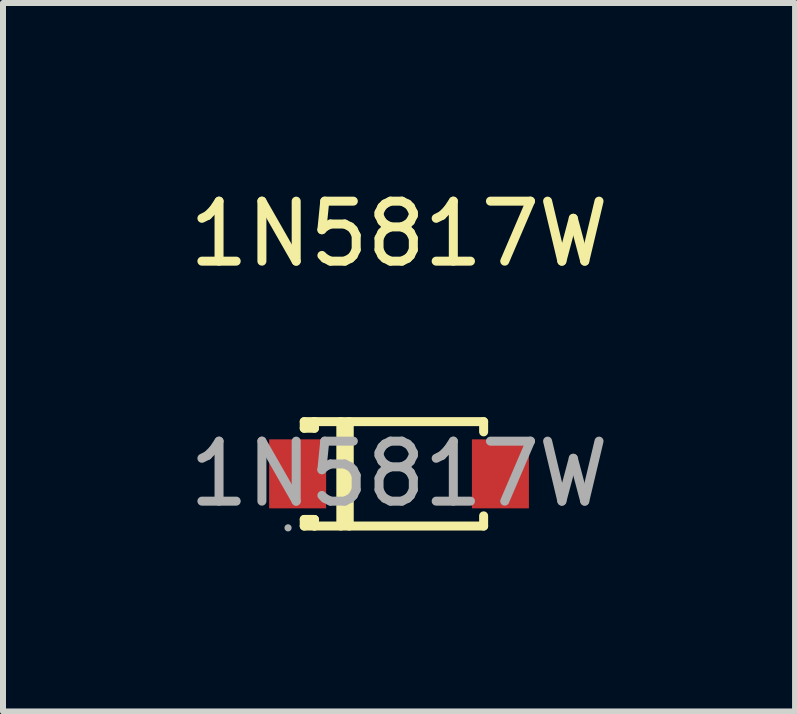
<source format=kicad_pcb>
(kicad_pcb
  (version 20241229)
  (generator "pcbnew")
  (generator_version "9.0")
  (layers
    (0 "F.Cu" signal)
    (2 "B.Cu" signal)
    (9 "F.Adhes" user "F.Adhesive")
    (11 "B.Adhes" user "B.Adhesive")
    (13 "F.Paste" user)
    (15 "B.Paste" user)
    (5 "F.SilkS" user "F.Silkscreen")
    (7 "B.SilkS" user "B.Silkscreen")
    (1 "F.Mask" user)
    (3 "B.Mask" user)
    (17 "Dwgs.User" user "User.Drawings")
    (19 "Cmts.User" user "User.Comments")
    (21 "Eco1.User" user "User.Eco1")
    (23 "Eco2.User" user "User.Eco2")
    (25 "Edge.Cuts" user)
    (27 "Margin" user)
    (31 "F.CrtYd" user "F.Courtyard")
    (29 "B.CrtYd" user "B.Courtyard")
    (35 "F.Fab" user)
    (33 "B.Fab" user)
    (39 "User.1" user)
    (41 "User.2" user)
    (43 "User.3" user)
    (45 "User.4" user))
  (footprint "1N5817W"
    (layer "F.Cu")
    (at 3.601 4.848)
    (property "Reference" "1N5817W" (at 0 -4 0) (layer "F.SilkS") (effects (font (size 1 1) (thickness 0.15))))
    (attr smd)
    (fp_line (start -1.58 -0.87) (end -1.41 -0.87) (stroke (width 0.15) (type solid)) (layer "F.SilkS"))
    (fp_line (start -1.58 -0.76) (end -1.58 -0.87) (stroke (width 0.15) (type solid)) (layer "F.SilkS"))
    (fp_line (start -1.58 -0.76) (end -1.41 -0.76) (stroke (width 0.15) (type solid)) (layer "F.SilkS"))
    (fp_line (start -1.58 0.76) (end -1.41 0.76) (stroke (width 0.15) (type solid)) (layer "F.SilkS"))
    (fp_line (start -1.58 0.87) (end -1.58 0.76) (stroke (width 0.15) (type solid)) (layer "F.SilkS"))
    (fp_line (start -1.41 -0.87) (end -1.41 -0.76) (stroke (width 0.15) (type solid)) (layer "F.SilkS"))
    (fp_line (start -1.41 -0.87) (end 1.41 -0.87) (stroke (width 0.15) (type solid)) (layer "F.SilkS"))
    (fp_line (start -1.41 0.76) (end -1.41 0.87) (stroke (width 0.15) (type solid)) (layer "F.SilkS"))
    (fp_line (start -1.41 0.87) (end -1.58 0.87) (stroke (width 0.15) (type solid)) (layer "F.SilkS"))
    (fp_line (start -1.41 0.87) (end 1.41 0.87) (stroke (width 0.15) (type solid)) (layer "F.SilkS"))
    (fp_line (start -0.97 -0.87) (end -0.97 0.87) (stroke (width 0.15) (type solid)) (layer "F.SilkS"))
    (fp_line (start -0.83 -0.87) (end -0.83 0.87) (stroke (width 0.15) (type solid)) (layer "F.SilkS"))
    (fp_line (start 1.41 -0.87) (end 1.41 -0.7) (stroke (width 0.15) (type solid)) (layer "F.SilkS"))
    (fp_line (start 1.41 0.87) (end 1.41 0.7) (stroke (width 0.15) (type solid)) (layer "F.SilkS"))
    (fp_circle (center -1.85 0.9) (end -1.82 0.9) (stroke (width 0.06) (type solid)) (fill no) (layer "F.Fab"))
    (fp_text user "${REFERENCE}" (at 0 0 0) (layer "F.Fab") (effects (font (size 1 1) (thickness 0.15))))
    (pad "1" smd rect (at -1.69 0) (size 0.95 1.15) (layers "F.Cu" "F.Mask" "F.Paste"))
    (pad "2" smd rect (at 1.69 0) (size 0.95 1.15) (layers "F.Cu" "F.Mask" "F.Paste")))
  (gr_rect
    (start -3 -3)
    (end 10.202 8.808)
    (stroke (width 0.1) (type default))
    (fill no)
    (layer "Edge.Cuts")))
</source>
